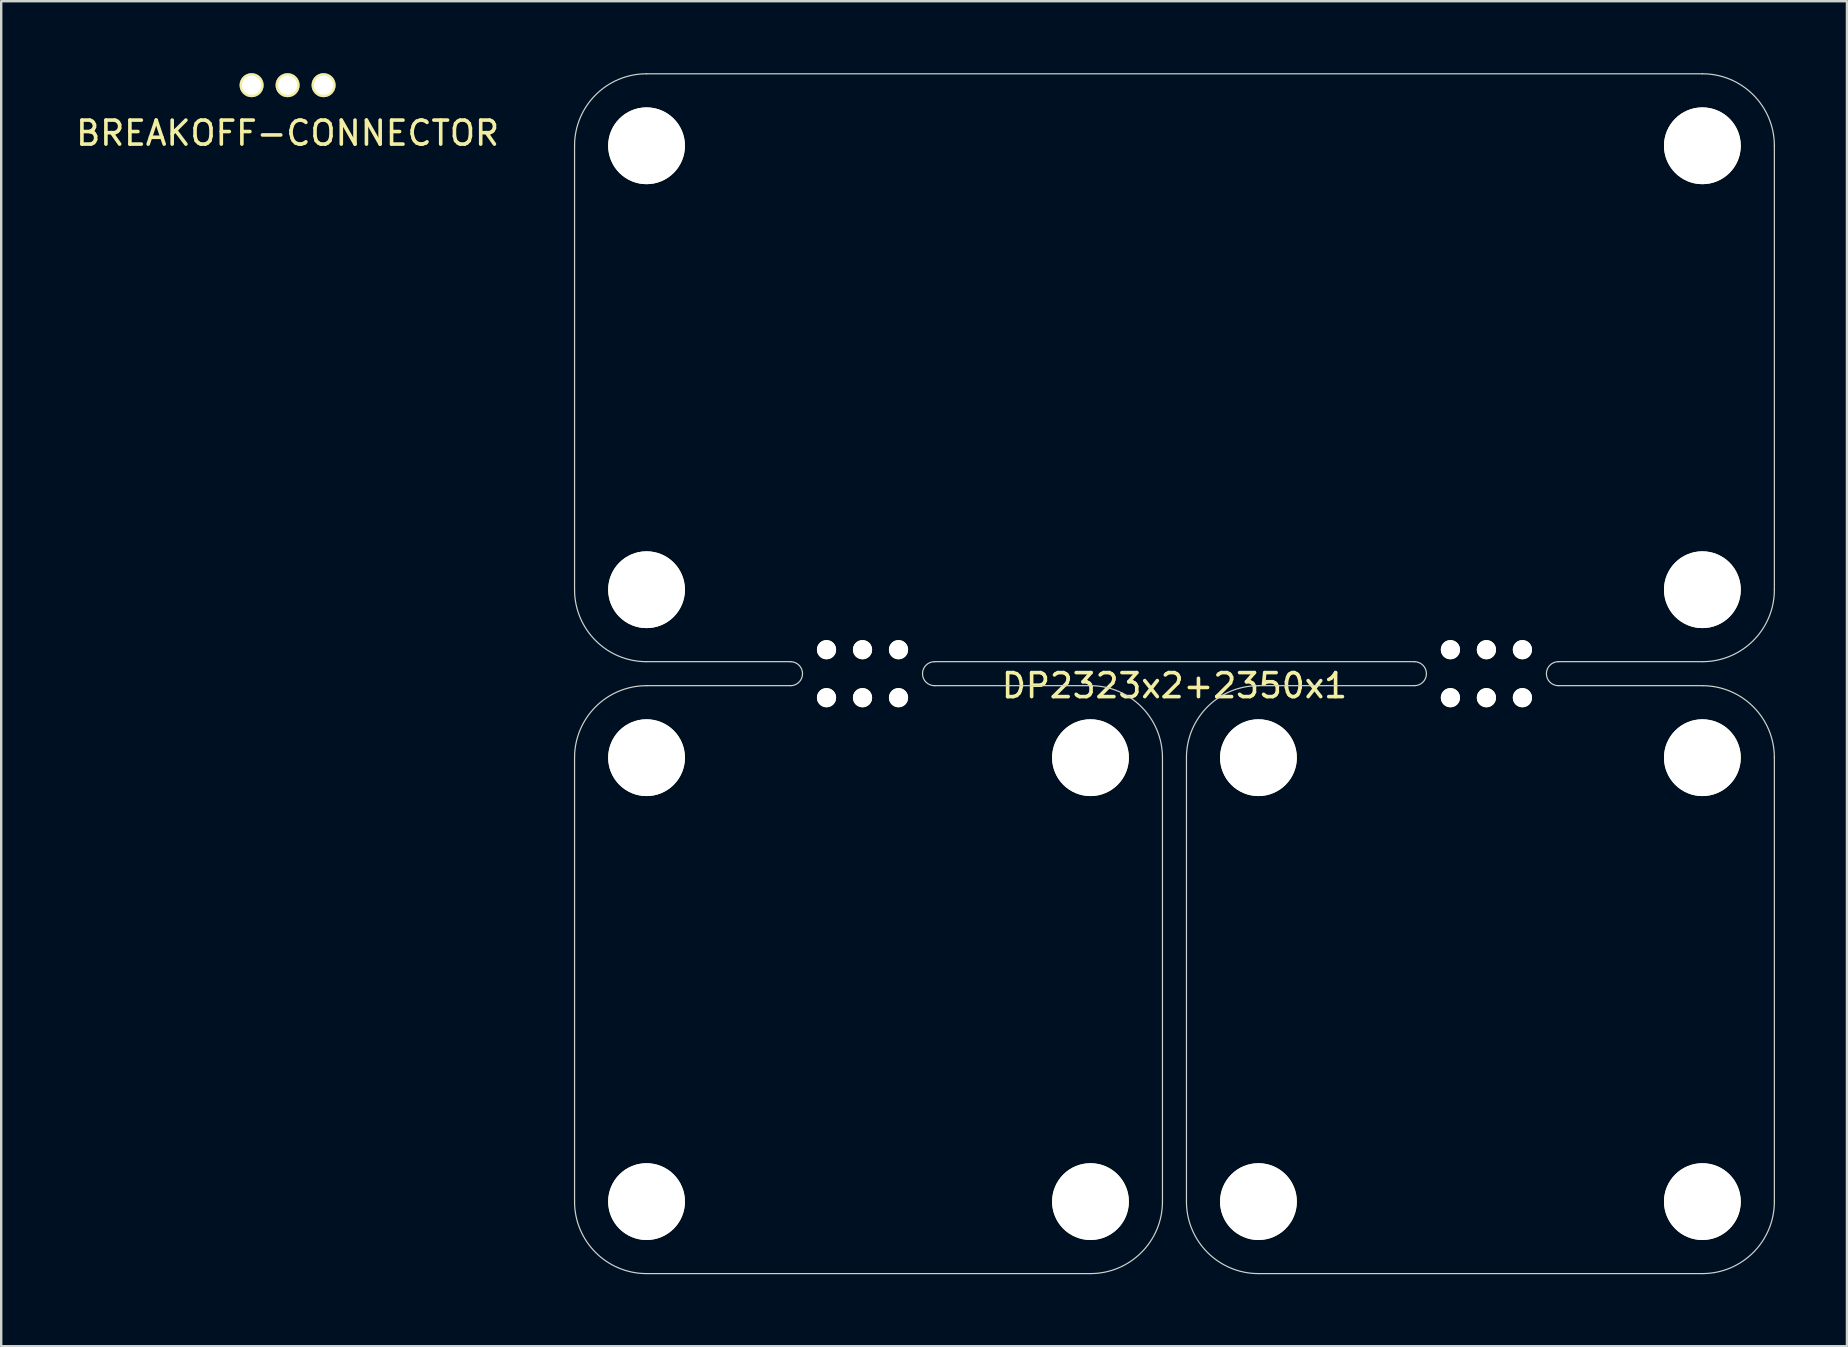
<source format=kicad_pcb>
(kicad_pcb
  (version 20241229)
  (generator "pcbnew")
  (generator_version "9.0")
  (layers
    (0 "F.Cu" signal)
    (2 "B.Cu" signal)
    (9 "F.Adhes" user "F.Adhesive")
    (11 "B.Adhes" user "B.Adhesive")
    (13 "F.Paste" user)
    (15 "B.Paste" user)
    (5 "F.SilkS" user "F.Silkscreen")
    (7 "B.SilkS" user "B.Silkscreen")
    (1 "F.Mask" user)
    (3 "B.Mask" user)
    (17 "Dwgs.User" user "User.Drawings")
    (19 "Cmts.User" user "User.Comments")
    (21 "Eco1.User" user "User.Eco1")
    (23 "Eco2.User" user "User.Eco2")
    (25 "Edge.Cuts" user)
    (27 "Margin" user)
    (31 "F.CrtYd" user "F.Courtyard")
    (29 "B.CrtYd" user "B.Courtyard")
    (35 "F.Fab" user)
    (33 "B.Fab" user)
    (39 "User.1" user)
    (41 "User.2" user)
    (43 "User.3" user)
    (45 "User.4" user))
  (footprint "BREAKOFF-CONNECTOR"
    (layer "F.Cu")
    (at 8.935 0.5)
    (property "Reference" "BREAKOFF-CONNECTOR" (at 0 2 0) (layer "F.SilkS") (effects (font (size 1 1) (thickness 0.15))))
    (attr through_hole)
    (pad "" np_thru_hole circle (at -1.5 0) (size 1 1) (drill 0.8) (layers "*.Cu" "*.Mask" "F.SilkS"))
    (pad "" np_thru_hole circle (at 0 0) (size 1 1) (drill 0.8) (layers "*.Cu" "*.Mask" "F.SilkS"))
    (pad "" np_thru_hole circle (at 1.5 0) (size 1 1) (drill 0.8) (layers "*.Cu" "*.Mask" "F.SilkS")))
  (footprint "DP2323x2+2350x1"
    (layer "F.Cu")
    (at 45.894 25.025)
    (property "Reference" "DP2323x2+2350x1" (at 0 0.5 0) (layer "F.SilkS") (effects (font (size 1 1) (thickness 0.15))))
    (attr through_hole)
    (fp_line (start -25 -3.5) (end -25 -22) (stroke (width 0.05) (type solid)) (layer "Edge.Cuts"))
    (fp_line (start -25 22) (end -25 3.5) (stroke (width 0.05) (type solid)) (layer "Edge.Cuts"))
    (fp_line (start -22 -25) (end 22 -25) (stroke (width 0.05) (type solid)) (layer "Edge.Cuts"))
    (fp_line (start -22 25) (end -3.5 25) (stroke (width 0.05) (type solid)) (layer "Edge.Cuts"))
    (fp_line (start -16 -0.5) (end -22 -0.5) (stroke (width 0.05) (type solid)) (layer "Edge.Cuts"))
    (fp_line (start -16 0.5) (end -22 0.5) (stroke (width 0.05) (type solid)) (layer "Edge.Cuts"))
    (fp_line (start -3.5 0.5) (end -10 0.5) (stroke (width 0.05) (type solid)) (layer "Edge.Cuts"))
    (fp_line (start -0.5 3.5) (end -0.5 22) (stroke (width 0.05) (type solid)) (layer "Edge.Cuts"))
    (fp_line (start 0.5 3.5) (end 0.5 22) (stroke (width 0.05) (type solid)) (layer "Edge.Cuts"))
    (fp_line (start 3.5 25) (end 22 25) (stroke (width 0.05) (type solid)) (layer "Edge.Cuts"))
    (fp_line (start 10 -0.5) (end -10 -0.5) (stroke (width 0.05) (type solid)) (layer "Edge.Cuts"))
    (fp_line (start 10 0.5) (end 3.5 0.5) (stroke (width 0.05) (type solid)) (layer "Edge.Cuts"))
    (fp_line (start 22 -0.5) (end 16 -0.5) (stroke (width 0.05) (type solid)) (layer "Edge.Cuts"))
    (fp_line (start 22 0.5) (end 16 0.5) (stroke (width 0.05) (type solid)) (layer "Edge.Cuts"))
    (fp_line (start 25 -3.5) (end 25 -22) (stroke (width 0.05) (type solid)) (layer "Edge.Cuts"))
    (fp_line (start 25 22) (end 25 3.5) (stroke (width 0.05) (type solid)) (layer "Edge.Cuts"))
    (fp_arc (start -25 -22) (mid -24.12132 -24.12132) (end -22 -25) (stroke (width 0.05) (type solid)) (layer "Edge.Cuts"))
    (fp_arc (start -25 3.5) (mid -24.12132 1.37868) (end -22 0.5) (stroke (width 0.05) (type solid)) (layer "Edge.Cuts"))
    (fp_arc (start -22 -0.5) (mid -24.12132 -1.37868) (end -25 -3.5) (stroke (width 0.05) (type solid)) (layer "Edge.Cuts"))
    (fp_arc (start -22 25) (mid -24.12132 24.12132) (end -25 22) (stroke (width 0.05) (type solid)) (layer "Edge.Cuts"))
    (fp_arc (start -16 -0.5) (mid -15.5 0) (end -16 0.5) (stroke (width 0.05) (type solid)) (layer "Edge.Cuts"))
    (fp_arc (start -10 0.5) (mid -10.5 0) (end -10 -0.5) (stroke (width 0.05) (type solid)) (layer "Edge.Cuts"))
    (fp_arc (start -3.5 0.5) (mid -1.37868 1.37868) (end -0.5 3.5) (stroke (width 0.05) (type solid)) (layer "Edge.Cuts"))
    (fp_arc (start -0.5 22) (mid -1.37868 24.12132) (end -3.5 25) (stroke (width 0.05) (type solid)) (layer "Edge.Cuts"))
    (fp_arc (start 0.5 3.5) (mid 1.37868 1.37868) (end 3.5 0.5) (stroke (width 0.05) (type solid)) (layer "Edge.Cuts"))
    (fp_arc (start 3.5 25) (mid 1.37868 24.12132) (end 0.5 22) (stroke (width 0.05) (type solid)) (layer "Edge.Cuts"))
    (fp_arc (start 10 -0.5) (mid 10.5 0) (end 10 0.5) (stroke (width 0.05) (type solid)) (layer "Edge.Cuts"))
    (fp_arc (start 16 0.5) (mid 15.5 0) (end 16 -0.5) (stroke (width 0.05) (type solid)) (layer "Edge.Cuts"))
    (fp_arc (start 22 -25) (mid 24.12132 -24.12132) (end 25 -22) (stroke (width 0.05) (type solid)) (layer "Edge.Cuts"))
    (fp_arc (start 22 0.5) (mid 24.12132 1.37868) (end 25 3.5) (stroke (width 0.05) (type solid)) (layer "Edge.Cuts"))
    (fp_arc (start 25 -3.5) (mid 24.12132 -1.37868) (end 22 -0.5) (stroke (width 0.05) (type solid)) (layer "Edge.Cuts"))
    (fp_arc (start 25 22) (mid 24.12132 24.12132) (end 22 25) (stroke (width 0.05) (type solid)) (layer "Edge.Cuts"))
    (pad "" np_thru_hole circle (at -22 -22) (size 3.2 3.2) (drill 3.2) (layers "*.Cu" "*.Mask" "F.SilkS"))
    (pad "" np_thru_hole circle (at -22 -3.5) (size 3.2 3.2) (drill 3.2) (layers "*.Cu" "*.Mask" "F.SilkS"))
    (pad "" np_thru_hole circle (at -22 3.5) (size 3.2 3.2) (drill 3.2) (layers "*.Cu" "*.Mask" "F.SilkS"))
    (pad "" np_thru_hole circle (at -22 22) (size 3.2 3.2) (drill 3.2) (layers "*.Cu" "*.Mask" "F.SilkS"))
    (pad "" np_thru_hole circle (at -14.5 -1) (size 0.8 0.8) (drill 0.8) (layers "*.Cu" "*.Mask" "F.SilkS"))
    (pad "" np_thru_hole circle (at -14.5 1) (size 0.8 0.8) (drill 0.8) (layers "*.Cu" "*.Mask" "F.SilkS"))
    (pad "" np_thru_hole circle (at -13 -1) (size 0.8 0.8) (drill 0.8) (layers "*.Cu" "*.Mask" "F.SilkS"))
    (pad "" np_thru_hole circle (at -13 1) (size 0.8 0.8) (drill 0.8) (layers "*.Cu" "*.Mask" "F.SilkS"))
    (pad "" np_thru_hole circle (at -11.5 -1) (size 0.8 0.8) (drill 0.8) (layers "*.Cu" "*.Mask" "F.SilkS"))
    (pad "" np_thru_hole circle (at -11.5 1) (size 0.8 0.8) (drill 0.8) (layers "*.Cu" "*.Mask" "F.SilkS"))
    (pad "" np_thru_hole circle (at -3.5 3.5) (size 3.2 3.2) (drill 3.2) (layers "*.Cu" "*.Mask" "F.SilkS"))
    (pad "" np_thru_hole circle (at -3.5 22) (size 3.2 3.2) (drill 3.2) (layers "*.Cu" "*.Mask" "F.SilkS"))
    (pad "" np_thru_hole circle (at 3.5 3.5) (size 3.2 3.2) (drill 3.2) (layers "*.Cu" "*.Mask" "F.SilkS"))
    (pad "" np_thru_hole circle (at 3.5 22) (size 3.2 3.2) (drill 3.2) (layers "*.Cu" "*.Mask" "F.SilkS"))
    (pad "" np_thru_hole circle (at 11.5 -1) (size 0.8 0.8) (drill 0.8) (layers "*.Cu" "*.Mask" "F.SilkS"))
    (pad "" np_thru_hole circle (at 11.5 1) (size 0.8 0.8) (drill 0.8) (layers "*.Cu" "*.Mask" "F.SilkS"))
    (pad "" np_thru_hole circle (at 13 -1) (size 0.8 0.8) (drill 0.8) (layers "*.Cu" "*.Mask" "F.SilkS"))
    (pad "" np_thru_hole circle (at 13 1) (size 0.8 0.8) (drill 0.8) (layers "*.Cu" "*.Mask" "F.SilkS"))
    (pad "" np_thru_hole circle (at 14.5 -1) (size 0.8 0.8) (drill 0.8) (layers "*.Cu" "*.Mask" "F.SilkS"))
    (pad "" np_thru_hole circle (at 14.5 1) (size 0.8 0.8) (drill 0.8) (layers "*.Cu" "*.Mask" "F.SilkS"))
    (pad "" np_thru_hole circle (at 22 -22) (size 3.2 3.2) (drill 3.2) (layers "*.Cu" "*.Mask" "F.SilkS"))
    (pad "" np_thru_hole circle (at 22 -3.5) (size 3.2 3.2) (drill 3.2) (layers "*.Cu" "*.Mask" "F.SilkS"))
    (pad "" np_thru_hole circle (at 22 3.5) (size 3.2 3.2) (drill 3.2) (layers "*.Cu" "*.Mask" "F.SilkS"))
    (pad "" np_thru_hole circle (at 22 22) (size 3.2 3.2) (drill 3.2) (layers "*.Cu" "*.Mask" "F.SilkS")))
  (gr_rect
    (start -3 -3)
    (end 73.919 53.05)
    (stroke (width 0.1) (type default))
    (fill no)
    (layer "Edge.Cuts")))
</source>
